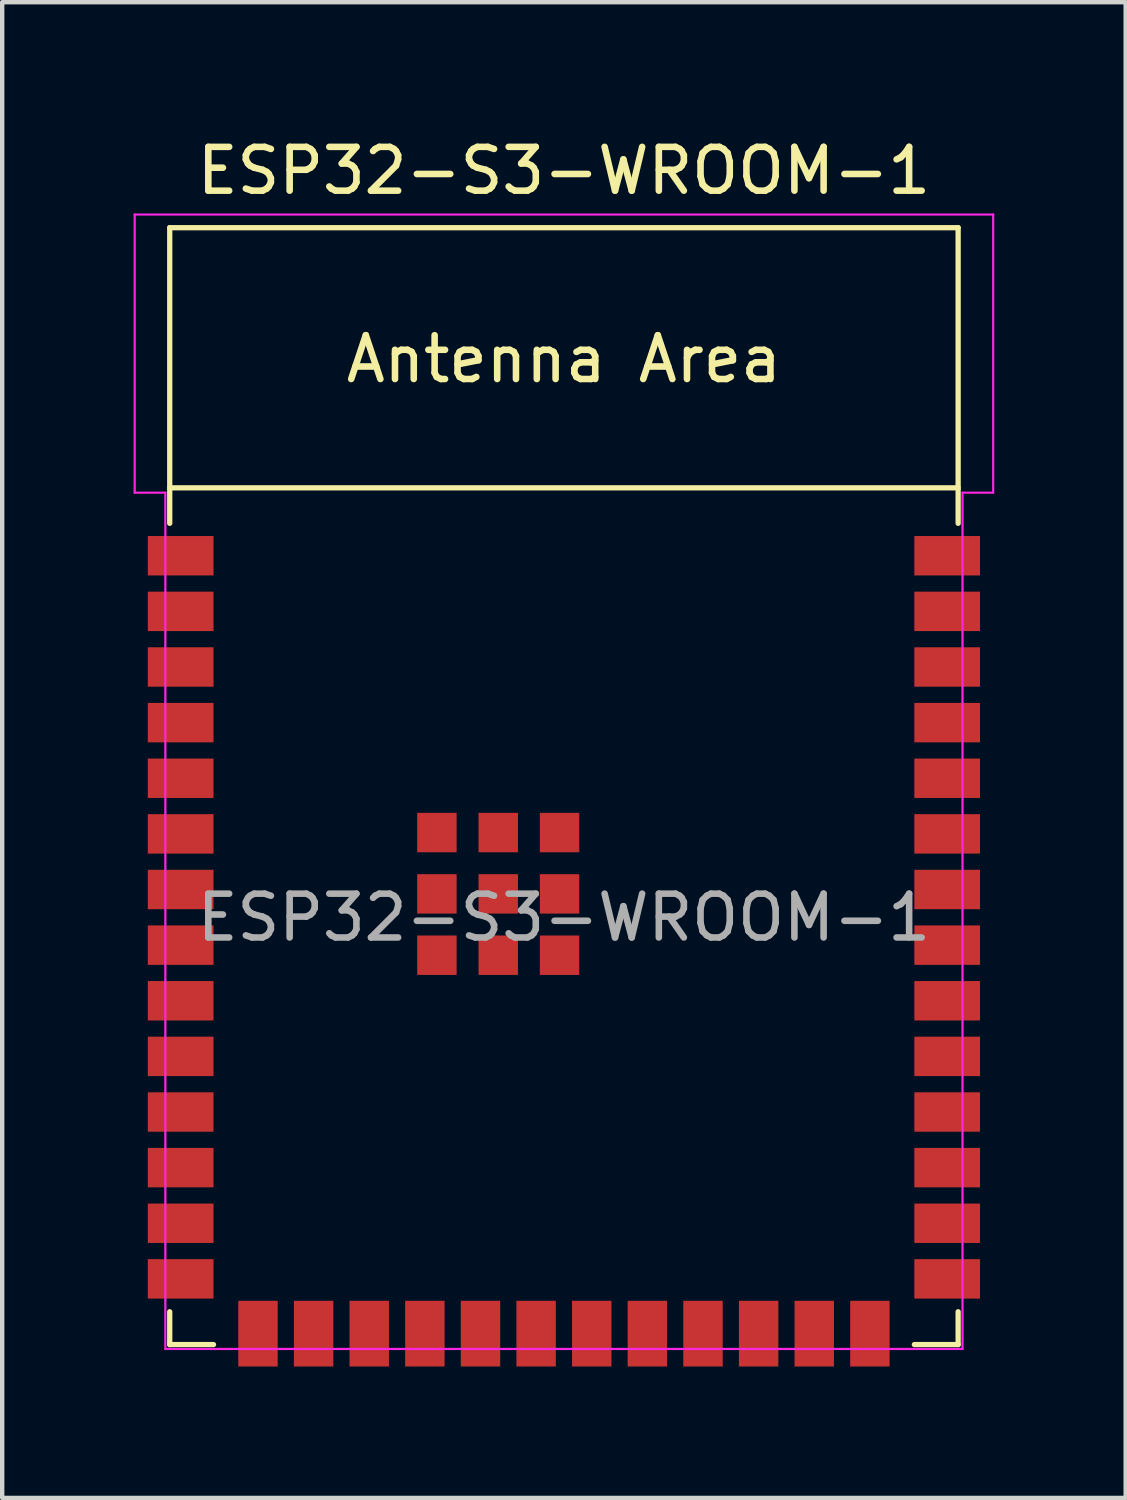
<source format=kicad_pcb>
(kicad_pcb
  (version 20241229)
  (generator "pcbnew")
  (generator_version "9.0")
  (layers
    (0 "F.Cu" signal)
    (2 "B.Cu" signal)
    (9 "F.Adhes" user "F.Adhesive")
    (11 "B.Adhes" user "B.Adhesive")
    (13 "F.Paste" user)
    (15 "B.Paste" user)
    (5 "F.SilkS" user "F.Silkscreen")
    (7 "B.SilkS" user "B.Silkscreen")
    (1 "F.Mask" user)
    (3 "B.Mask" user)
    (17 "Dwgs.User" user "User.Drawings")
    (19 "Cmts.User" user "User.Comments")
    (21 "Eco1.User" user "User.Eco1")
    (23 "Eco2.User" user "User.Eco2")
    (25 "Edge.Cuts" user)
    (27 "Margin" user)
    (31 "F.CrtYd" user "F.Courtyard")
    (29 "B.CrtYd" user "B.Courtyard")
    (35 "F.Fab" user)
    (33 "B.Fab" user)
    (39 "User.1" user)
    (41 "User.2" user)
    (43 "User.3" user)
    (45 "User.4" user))
  (footprint "ESP32-S3-WROOM-1"
    (layer "F.Cu")
    (at 9.825 17.898)
    (property "Reference" "ESP32-S3-WROOM-1" (at 0 -17.05 0) (layer "F.SilkS") (effects (font (size 1 1) (thickness 0.15))))
    (attr smd)
    (fp_line (start -9 -15.75) (end -9 -9) (stroke (width 0.12) (type solid)) (layer "F.SilkS"))
    (fp_line (start -9 -15.75) (end 9 -15.75) (stroke (width 0.12) (type solid)) (layer "F.SilkS"))
    (fp_line (start -9 9) (end -9 9.75) (stroke (width 0.12) (type solid)) (layer "F.SilkS"))
    (fp_line (start -9 9.75) (end -8 9.75) (stroke (width 0.12) (type solid)) (layer "F.SilkS"))
    (fp_line (start 9 -15.75) (end 9 -9) (stroke (width 0.12) (type solid)) (layer "F.SilkS"))
    (fp_line (start 9 -9.81) (end -9 -9.81) (stroke (width 0.12) (type solid)) (layer "F.SilkS"))
    (fp_line (start 9 9) (end 9 9.75) (stroke (width 0.12) (type solid)) (layer "F.SilkS"))
    (fp_line (start 9 9.75) (end 8 9.75) (stroke (width 0.12) (type solid)) (layer "F.SilkS"))
    (fp_line (start -9 -15.75) (end 9 -15.75) (stroke (width 0.12) (type solid)) (layer "Eco2.User"))
    (fp_line (start -9 -9.81) (end 9 -9.81) (stroke (width 0.12) (type solid)) (layer "Eco2.User"))
    (fp_line (start -9 9.75) (end -9 -15.75) (stroke (width 0.12) (type solid)) (layer "Eco2.User"))
    (fp_line (start 9 -15.75) (end 9 9.75) (stroke (width 0.12) (type solid)) (layer "Eco2.User"))
    (fp_line (start 9 9.75) (end -9 9.75) (stroke (width 0.12) (type solid)) (layer "Eco2.User"))
    (fp_line (start -9.8 -16.05) (end -9.8 -9.7) (stroke (width 0.05) (type default)) (layer "F.CrtYd"))
    (fp_line (start -9.8 -9.7) (end -9.1 -9.7) (stroke (width 0.05) (type default)) (layer "F.CrtYd"))
    (fp_line (start -9.1 -9.7) (end -9.1 9.85) (stroke (width 0.05) (type default)) (layer "F.CrtYd"))
    (fp_line (start -9.1 9.85) (end 9.1 9.85) (stroke (width 0.05) (type default)) (layer "F.CrtYd"))
    (fp_line (start 9.1 -9.7) (end 9.8 -9.7) (stroke (width 0.05) (type default)) (layer "F.CrtYd"))
    (fp_line (start 9.1 9.85) (end 9.1 -9.7) (stroke (width 0.05) (type default)) (layer "F.CrtYd"))
    (fp_line (start 9.8 -16.05) (end -9.8 -16.05) (stroke (width 0.05) (type default)) (layer "F.CrtYd"))
    (fp_line (start 9.8 -9.7) (end 9.8 -16.05) (stroke (width 0.05) (type default)) (layer "F.CrtYd"))
    (fp_text user "Antenna Area" (at 0 -12.75 0) (layer "F.SilkS") (effects (font (size 1 1) (thickness 0.15))))
    (fp_text user "Antenna Area" (at 0 -12.75 0) (layer "Eco2.User") (effects (font (size 1 1) (thickness 0.15))))
    (fp_text user "${REFERENCE}" (at 0 0 0) (layer "F.Fab") (effects (font (size 1 1) (thickness 0.15))))
    (pad "1" smd rect (at -8.75 -8.26) (size 1.5 0.9) (layers "F.Cu" "F.Mask" "F.Paste"))
    (pad "2" smd rect (at -8.75 -6.99) (size 1.5 0.9) (layers "F.Cu" "F.Mask" "F.Paste"))
    (pad "3" smd rect (at -8.75 -5.72) (size 1.5 0.9) (layers "F.Cu" "F.Mask" "F.Paste"))
    (pad "4" smd rect (at -8.75 -4.45) (size 1.5 0.9) (layers "F.Cu" "F.Mask" "F.Paste"))
    (pad "5" smd rect (at -8.75 -3.18) (size 1.5 0.9) (layers "F.Cu" "F.Mask" "F.Paste"))
    (pad "6" smd rect (at -8.75 -1.91) (size 1.5 0.9) (layers "F.Cu" "F.Mask" "F.Paste"))
    (pad "7" smd rect (at -8.75 -0.64) (size 1.5 0.9) (layers "F.Cu" "F.Mask" "F.Paste"))
    (pad "8" smd rect (at -8.75 0.63) (size 1.5 0.9) (layers "F.Cu" "F.Mask" "F.Paste"))
    (pad "9" smd rect (at -8.75 1.9) (size 1.5 0.9) (layers "F.Cu" "F.Mask" "F.Paste"))
    (pad "10" smd rect (at -8.75 3.17) (size 1.5 0.9) (layers "F.Cu" "F.Mask" "F.Paste"))
    (pad "11" smd rect (at -8.75 4.44) (size 1.5 0.9) (layers "F.Cu" "F.Mask" "F.Paste"))
    (pad "12" smd rect (at -8.75 5.71) (size 1.5 0.9) (layers "F.Cu" "F.Mask" "F.Paste"))
    (pad "13" smd rect (at -8.75 6.98) (size 1.5 0.9) (layers "F.Cu" "F.Mask" "F.Paste"))
    (pad "14" smd rect (at -8.75 8.25) (size 1.5 0.9) (layers "F.Cu" "F.Mask" "F.Paste"))
    (pad "15" smd rect (at -6.985 9.5 90) (size 1.5 0.9) (layers "F.Cu" "F.Mask" "F.Paste"))
    (pad "16" smd rect (at -5.715 9.5 90) (size 1.5 0.9) (layers "F.Cu" "F.Mask" "F.Paste"))
    (pad "17" smd rect (at -4.445 9.5 90) (size 1.5 0.9) (layers "F.Cu" "F.Mask" "F.Paste"))
    (pad "18" smd rect (at -3.175 9.5 90) (size 1.5 0.9) (layers "F.Cu" "F.Mask" "F.Paste"))
    (pad "19" smd rect (at -1.905 9.5 90) (size 1.5 0.9) (layers "F.Cu" "F.Mask" "F.Paste"))
    (pad "20" smd rect (at -0.635 9.5 90) (size 1.5 0.9) (layers "F.Cu" "F.Mask" "F.Paste"))
    (pad "21" smd rect (at 0.635 9.5 90) (size 1.5 0.9) (layers "F.Cu" "F.Mask" "F.Paste"))
    (pad "22" smd rect (at 1.905 9.5 90) (size 1.5 0.9) (layers "F.Cu" "F.Mask" "F.Paste"))
    (pad "23" smd rect (at 3.175 9.5 90) (size 1.5 0.9) (layers "F.Cu" "F.Mask" "F.Paste"))
    (pad "24" smd rect (at 4.445 9.5 90) (size 1.5 0.9) (layers "F.Cu" "F.Mask" "F.Paste"))
    (pad "25" smd rect (at 5.715 9.5 90) (size 1.5 0.9) (layers "F.Cu" "F.Mask" "F.Paste"))
    (pad "26" smd rect (at 6.985 9.5 90) (size 1.5 0.9) (layers "F.Cu" "F.Mask" "F.Paste"))
    (pad "27" smd rect (at 8.75 8.25 180) (size 1.5 0.9) (layers "F.Cu" "F.Mask" "F.Paste"))
    (pad "28" smd rect (at 8.75 6.98 180) (size 1.5 0.9) (layers "F.Cu" "F.Mask" "F.Paste"))
    (pad "29" smd rect (at 8.75 5.71 180) (size 1.5 0.9) (layers "F.Cu" "F.Mask" "F.Paste"))
    (pad "30" smd rect (at 8.75 4.44 180) (size 1.5 0.9) (layers "F.Cu" "F.Mask" "F.Paste"))
    (pad "31" smd rect (at 8.75 3.17 180) (size 1.5 0.9) (layers "F.Cu" "F.Mask" "F.Paste"))
    (pad "32" smd rect (at 8.75 1.9 180) (size 1.5 0.9) (layers "F.Cu" "F.Mask" "F.Paste"))
    (pad "33" smd rect (at 8.75 0.63 180) (size 1.5 0.9) (layers "F.Cu" "F.Mask" "F.Paste"))
    (pad "34" smd rect (at 8.75 -0.64 180) (size 1.5 0.9) (layers "F.Cu" "F.Mask" "F.Paste"))
    (pad "35" smd rect (at 8.75 -1.91 180) (size 1.5 0.9) (layers "F.Cu" "F.Mask" "F.Paste"))
    (pad "36" smd rect (at 8.75 -3.18 180) (size 1.5 0.9) (layers "F.Cu" "F.Mask" "F.Paste"))
    (pad "37" smd rect (at 8.75 -4.45 180) (size 1.5 0.9) (layers "F.Cu" "F.Mask" "F.Paste"))
    (pad "38" smd rect (at 8.75 -5.72 180) (size 1.5 0.9) (layers "F.Cu" "F.Mask" "F.Paste"))
    (pad "39" smd rect (at 8.75 -6.99 180) (size 1.5 0.9) (layers "F.Cu" "F.Mask" "F.Paste"))
    (pad "40" smd rect (at 8.75 -8.26 180) (size 1.5 0.9) (layers "F.Cu" "F.Mask" "F.Paste"))
    (pad "41" smd rect (at -2.9 -1.94 180) (size 0.9 0.9) (layers "F.Cu" "F.Mask" "F.Paste"))
    (pad "41" smd rect (at -2.9 -0.54 180) (size 0.9 0.9) (layers "F.Cu" "F.Mask" "F.Paste"))
    (pad "41" smd rect (at -2.9 0.86 180) (size 0.9 0.9) (layers "F.Cu" "F.Mask" "F.Paste"))
    (pad "41" smd rect (at -1.5 -1.94 180) (size 0.9 0.9) (layers "F.Cu" "F.Mask" "F.Paste"))
    (pad "41" smd rect (at -1.5 -0.54 180) (size 0.9 0.9) (layers "F.Cu" "F.Mask" "F.Paste"))
    (pad "41" smd rect (at -1.5 0.86 180) (size 0.9 0.9) (layers "F.Cu" "F.Mask" "F.Paste"))
    (pad "41" smd rect (at -0.1 -1.94 180) (size 0.9 0.9) (layers "F.Cu" "F.Mask" "F.Paste"))
    (pad "41" smd rect (at -0.1 -0.54 180) (size 0.9 0.9) (layers "F.Cu" "F.Mask" "F.Paste"))
    (pad "41" smd rect (at -0.1 0.86 180) (size 0.9 0.9) (layers "F.Cu" "F.Mask" "F.Paste")))
  (gr_rect
    (start -3 -3)
    (end 22.65 31.148)
    (stroke (width 0.1) (type default))
    (fill no)
    (layer "Edge.Cuts")))
</source>
